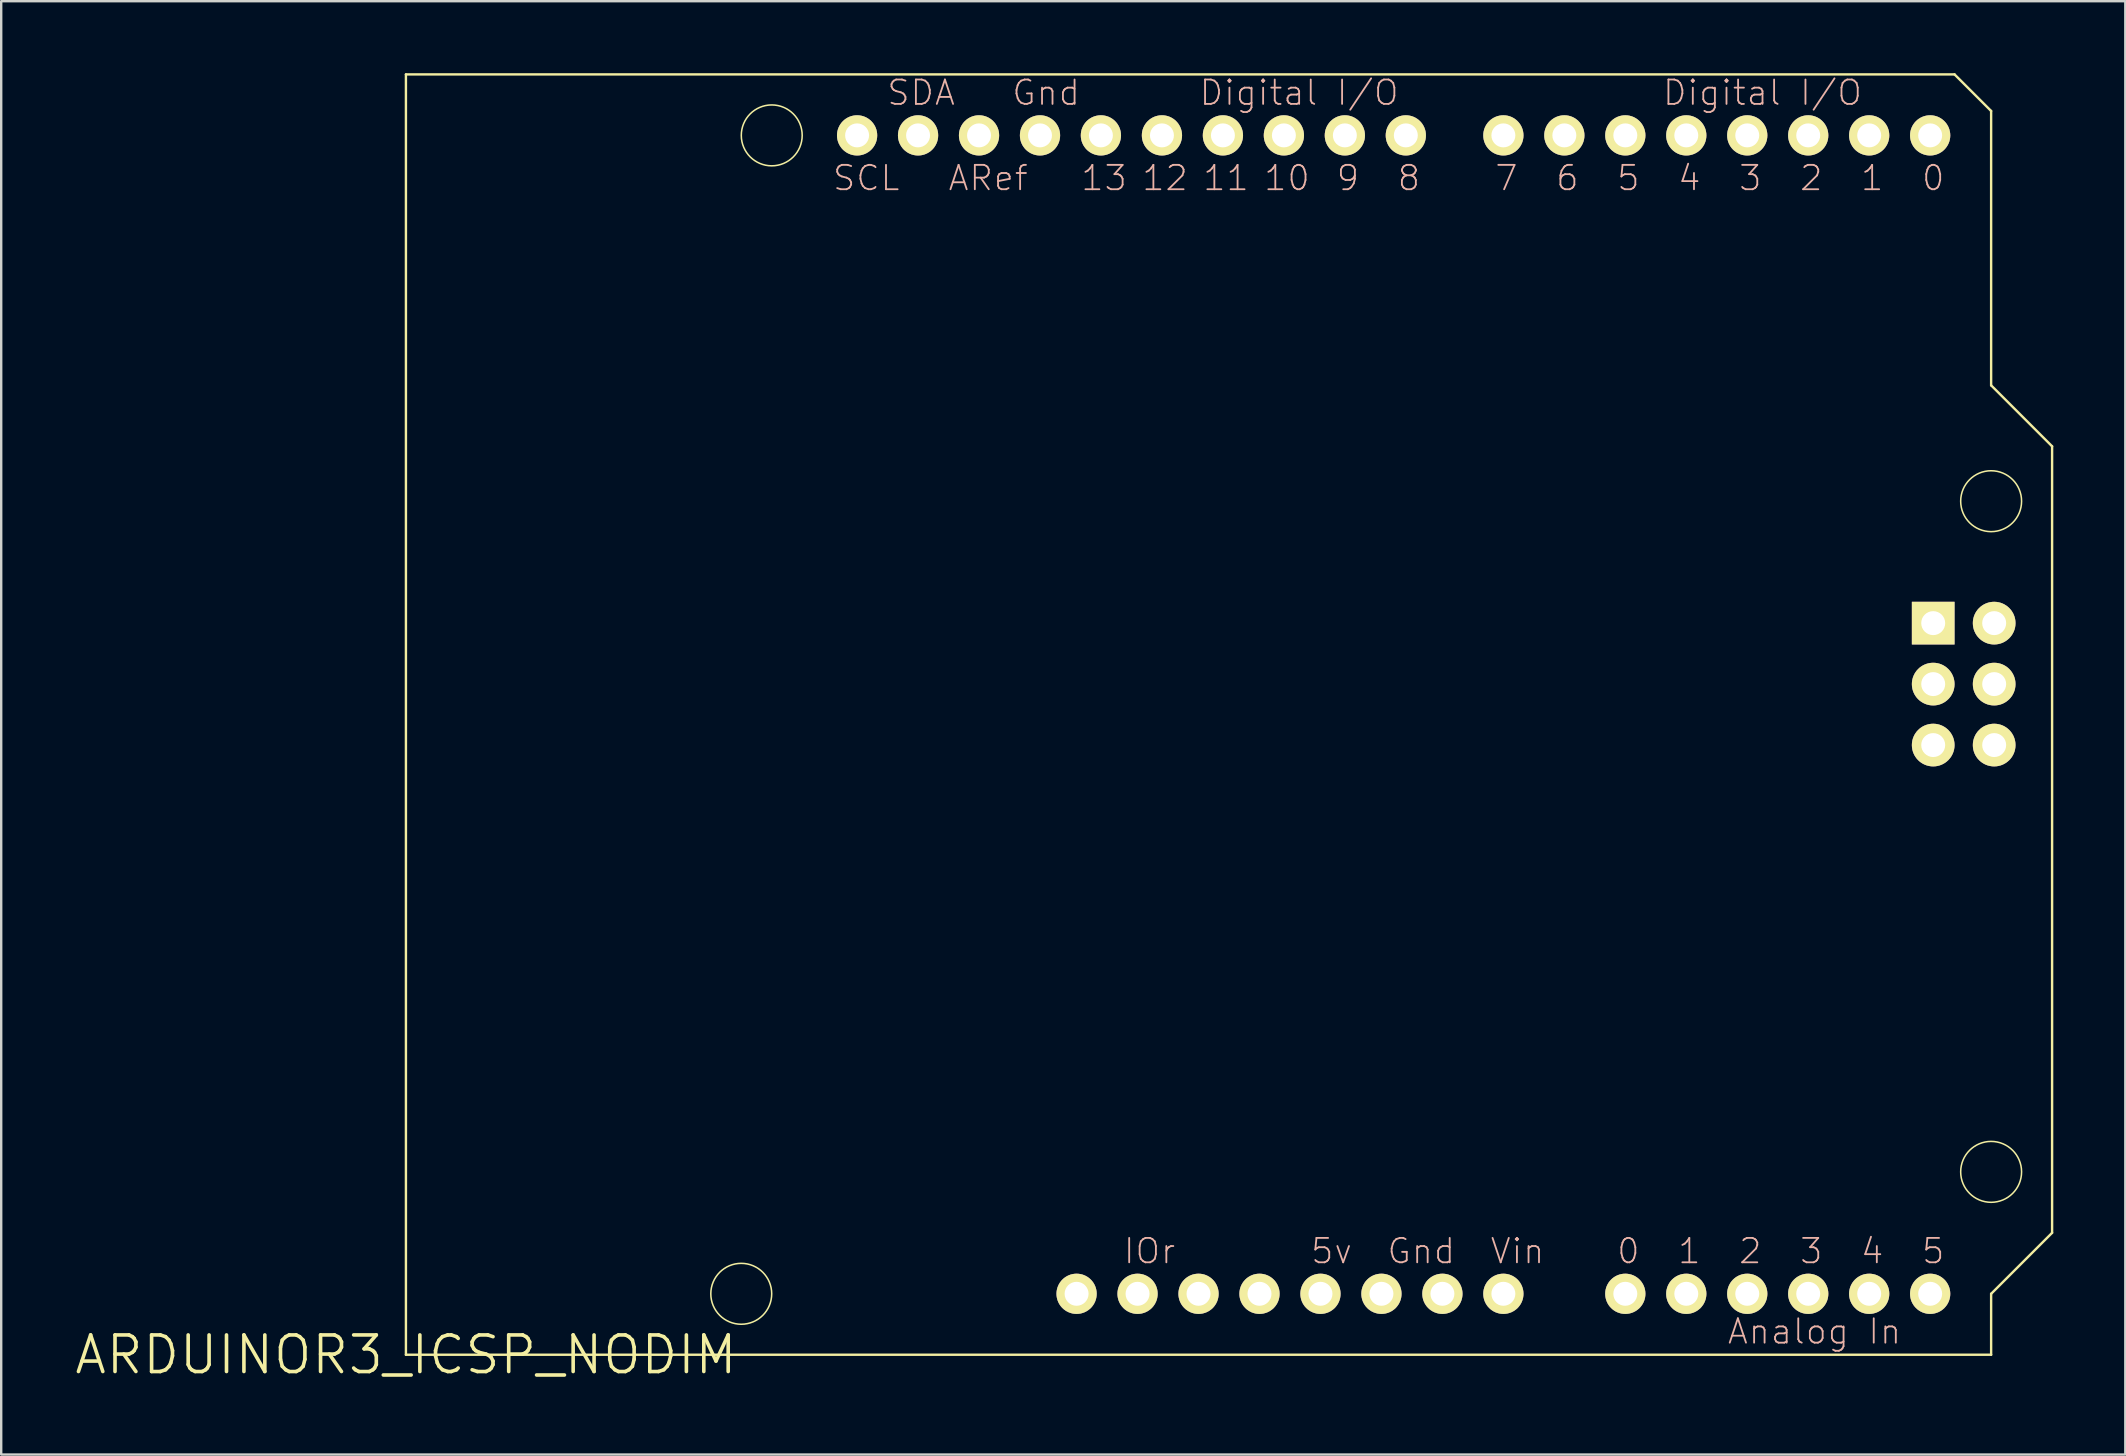
<source format=kicad_pcb>
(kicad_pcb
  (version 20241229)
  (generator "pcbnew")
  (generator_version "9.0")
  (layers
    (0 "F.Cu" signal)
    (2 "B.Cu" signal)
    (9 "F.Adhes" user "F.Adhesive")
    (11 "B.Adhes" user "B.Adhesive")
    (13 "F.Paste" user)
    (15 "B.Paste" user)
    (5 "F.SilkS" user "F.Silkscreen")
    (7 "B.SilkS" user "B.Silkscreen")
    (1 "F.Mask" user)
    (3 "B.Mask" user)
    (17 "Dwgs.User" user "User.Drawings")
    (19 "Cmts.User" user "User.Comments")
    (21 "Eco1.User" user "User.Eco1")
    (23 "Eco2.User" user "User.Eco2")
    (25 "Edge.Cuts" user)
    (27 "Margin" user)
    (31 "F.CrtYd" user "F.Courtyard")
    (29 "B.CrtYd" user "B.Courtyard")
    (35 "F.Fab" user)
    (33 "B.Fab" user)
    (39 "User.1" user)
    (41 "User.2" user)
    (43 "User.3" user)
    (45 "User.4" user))
  (footprint "ARDUINOR3_ICSP_NODIM"
    (layer "F.Cu")
    (at 13.861 53.39)
    (property "Reference" "ARDUINOR3_ICSP_NODIM" (at 0 0 0) (layer "F.SilkS") (effects (font (size 1.524 1.524) (thickness 0.15))))
    (attr exclude_from_pos_files exclude_from_bom)
    (fp_line (start 0 -53.34) (end 0 0) (stroke (width 0.1) (type solid)) (layer "F.SilkS"))
    (fp_line (start 0 0) (end 66.04 0) (stroke (width 0.1) (type solid)) (layer "F.SilkS"))
    (fp_line (start 64.516 -53.34) (end 0 -53.34) (stroke (width 0.1) (type solid)) (layer "F.SilkS"))
    (fp_line (start 66.04 -51.816) (end 64.516 -53.34) (stroke (width 0.1) (type solid)) (layer "F.SilkS"))
    (fp_line (start 66.04 -40.386) (end 66.04 -51.816) (stroke (width 0.1) (type solid)) (layer "F.SilkS"))
    (fp_line (start 66.04 -2.54) (end 68.58 -5.08) (stroke (width 0.1) (type solid)) (layer "F.SilkS"))
    (fp_line (start 66.04 0) (end 66.04 -2.54) (stroke (width 0.1) (type solid)) (layer "F.SilkS"))
    (fp_line (start 68.58 -37.846) (end 66.04 -40.386) (stroke (width 0.1) (type solid)) (layer "F.SilkS"))
    (fp_line (start 68.58 -5.08) (end 68.58 -37.846) (stroke (width 0.1) (type solid)) (layer "F.SilkS"))
    (fp_circle (center 13.97 -2.54) (end 14.867 -3.437) (stroke (width 0.064) (type solid)) (fill no) (layer "F.SilkS"))
    (fp_circle (center 15.24 -50.8) (end 16.137 -51.697) (stroke (width 0.064) (type solid)) (fill no) (layer "F.SilkS"))
    (fp_circle (center 66.04 -35.56) (end 66.937 -36.457) (stroke (width 0.064) (type solid)) (fill no) (layer "F.SilkS"))
    (fp_circle (center 66.04 -7.62) (end 66.937 -8.517) (stroke (width 0.064) (type solid)) (fill no) (layer "F.SilkS"))
    (fp_text user "9" (at 39.243 -49.022 180) (layer "B.SilkS") (effects (font (size 1.016 1.016) (thickness 0.076))))
    (fp_text user "4" (at 53.467 -49.022 180) (layer "B.SilkS") (effects (font (size 1.016 1.016) (thickness 0.076))))
    (fp_text user "0" (at 63.627 -49.022 180) (layer "B.SilkS") (effects (font (size 1.016 1.016) (thickness 0.076))))
    (fp_text user "SCL" (at 19.177 -49.022 0) (layer "B.SilkS") (effects (font (size 1.016 1.016) (thickness 0.076))))
    (fp_text user "ARef" (at 24.257 -49.022 0) (layer "B.SilkS") (effects (font (size 1.016 1.016) (thickness 0.076))))
    (fp_text user "Analog In" (at 58.682 -0.97 0) (layer "B.SilkS") (effects (font (size 1.016 1.016) (thickness 0.076))))
    (fp_text user "7" (at 45.847 -49.022 180) (layer "B.SilkS") (effects (font (size 1.016 1.016) (thickness 0.076))))
    (fp_text user "Gnd" (at 42.299 -4.318 0) (layer "B.SilkS") (effects (font (size 1.016 1.016) (thickness 0.076))))
    (fp_text user "13" (at 29.083 -49.022 180) (layer "B.SilkS") (effects (font (size 1.016 1.016) (thickness 0.076))))
    (fp_text user "1" (at 61.084 -49.022 180) (layer "B.SilkS") (effects (font (size 1.016 1.016) (thickness 0.076))))
    (fp_text user "0" (at 50.927 -4.318 0) (layer "B.SilkS") (effects (font (size 1.016 1.016) (thickness 0.076))))
    (fp_text user "2" (at 58.547 -49.022 180) (layer "B.SilkS") (effects (font (size 1.016 1.016) (thickness 0.076))))
    (fp_text user "12" (at 31.623 -49.022 180) (layer "B.SilkS") (effects (font (size 1.016 1.016) (thickness 0.076))))
    (fp_text user "4" (at 61.084 -4.318 0) (layer "B.SilkS") (effects (font (size 1.016 1.016) (thickness 0.076))))
    (fp_text user "2" (at 56.007 -4.318 0) (layer "B.SilkS") (effects (font (size 1.016 1.016) (thickness 0.076))))
    (fp_text user "6" (at 48.387 -49.022 180) (layer "B.SilkS") (effects (font (size 1.016 1.016) (thickness 0.076))))
    (fp_text user "IOr" (at 30.978 -4.318 0) (layer "B.SilkS") (effects (font (size 1.016 1.016) (thickness 0.076))))
    (fp_text user "5v" (at 38.562 -4.318 0) (layer "B.SilkS") (effects (font (size 1.016 1.016) (thickness 0.076))))
    (fp_text user "Digital I/O" (at 56.515 -52.578 0) (layer "B.SilkS") (effects (font (size 1.016 1.016) (thickness 0.076))))
    (fp_text user "1" (at 53.467 -4.318 0) (layer "B.SilkS") (effects (font (size 1.016 1.016) (thickness 0.076))))
    (fp_text user "11" (at 34.163 -49.022 180) (layer "B.SilkS") (effects (font (size 1.016 1.016) (thickness 0.076))))
    (fp_text user "3" (at 58.547 -4.318 0) (layer "B.SilkS") (effects (font (size 1.016 1.016) (thickness 0.076))))
    (fp_text user "10" (at 36.703 -49.022 180) (layer "B.SilkS") (effects (font (size 1.016 1.016) (thickness 0.076))))
    (fp_text user "Gnd" (at 26.67 -52.578 0) (layer "B.SilkS") (effects (font (size 1.016 1.016) (thickness 0.076))))
    (fp_text user "SDA" (at 21.463 -52.578 0) (layer "B.SilkS") (effects (font (size 1.016 1.016) (thickness 0.076))))
    (fp_text user "5" (at 63.627 -4.318 0) (layer "B.SilkS") (effects (font (size 1.016 1.016) (thickness 0.076))))
    (fp_text user "5" (at 50.927 -49.022 180) (layer "B.SilkS") (effects (font (size 1.016 1.016) (thickness 0.076))))
    (fp_text user "8" (at 41.783 -49.022 180) (layer "B.SilkS") (effects (font (size 1.016 1.016) (thickness 0.076))))
    (fp_text user "Digital I/O" (at 37.211 -52.578 0) (layer "B.SilkS") (effects (font (size 1.016 1.016) (thickness 0.076))))
    (fp_text user "Vin" (at 46.309 -4.318 0) (layer "B.SilkS") (effects (font (size 1.016 1.016) (thickness 0.076))))
    (fp_text user "3" (at 56.007 -49.022 180) (layer "B.SilkS") (effects (font (size 1.016 1.016) (thickness 0.076))))
    (pad "3V" thru_hole circle (at 35.56 -2.54) (size 1.676 1.676) (drill 0.998) (layers "*.Cu" "F.Mask" "F.SilkS" "F.Paste"))
    (pad "5V" thru_hole circle (at 38.1 -2.54) (size 1.676 1.676) (drill 0.998) (layers "*.Cu" "F.Mask" "F.SilkS" "F.Paste"))
    (pad "5V_I" thru_hole circle (at 66.167 -30.48) (size 1.778 1.778) (drill 0.998) (layers "*.Cu" "F.Mask" "F.SilkS" "F.Paste"))
    (pad "A0" thru_hole circle (at 50.8 -2.54) (size 1.676 1.676) (drill 0.998) (layers "*.Cu" "F.Mask" "F.SilkS" "F.Paste"))
    (pad "A1" thru_hole circle (at 53.34 -2.54) (size 1.676 1.676) (drill 0.998) (layers "*.Cu" "F.Mask" "F.SilkS" "F.Paste"))
    (pad "A2" thru_hole circle (at 55.88 -2.54) (size 1.676 1.676) (drill 0.998) (layers "*.Cu" "F.Mask" "F.SilkS" "F.Paste"))
    (pad "A3" thru_hole circle (at 58.42 -2.54) (size 1.676 1.676) (drill 0.998) (layers "*.Cu" "F.Mask" "F.SilkS" "F.Paste"))
    (pad "A4" thru_hole circle (at 60.96 -2.54) (size 1.676 1.676) (drill 0.998) (layers "*.Cu" "F.Mask" "F.SilkS" "F.Paste"))
    (pad "A5" thru_hole circle (at 63.5 -2.54) (size 1.676 1.676) (drill 0.998) (layers "*.Cu" "F.Mask" "F.SilkS" "F.Paste"))
    (pad "AREF" thru_hole circle (at 23.876 -50.8) (size 1.676 1.676) (drill 0.998) (layers "*.Cu" "F.Mask" "F.SilkS" "F.Paste"))
    (pad "D0" thru_hole circle (at 63.5 -50.8) (size 1.676 1.676) (drill 0.998) (layers "*.Cu" "F.Mask" "F.SilkS" "F.Paste"))
    (pad "D1" thru_hole circle (at 60.96 -50.8) (size 1.676 1.676) (drill 0.998) (layers "*.Cu" "F.Mask" "F.SilkS" "F.Paste"))
    (pad "D2" thru_hole circle (at 58.42 -50.8) (size 1.676 1.676) (drill 0.998) (layers "*.Cu" "F.Mask" "F.SilkS" "F.Paste"))
    (pad "D3" thru_hole circle (at 55.88 -50.8) (size 1.676 1.676) (drill 0.998) (layers "*.Cu" "F.Mask" "F.SilkS" "F.Paste"))
    (pad "D4" thru_hole circle (at 53.34 -50.8) (size 1.676 1.676) (drill 0.998) (layers "*.Cu" "F.Mask" "F.SilkS" "F.Paste"))
    (pad "D5" thru_hole circle (at 50.8 -50.8) (size 1.676 1.676) (drill 0.998) (layers "*.Cu" "F.Mask" "F.SilkS" "F.Paste"))
    (pad "D6" thru_hole circle (at 48.26 -50.8) (size 1.676 1.676) (drill 0.998) (layers "*.Cu" "F.Mask" "F.SilkS" "F.Paste"))
    (pad "D7" thru_hole circle (at 45.72 -50.8) (size 1.676 1.676) (drill 0.998) (layers "*.Cu" "F.Mask" "F.SilkS" "F.Paste"))
    (pad "D8" thru_hole circle (at 41.656 -50.8) (size 1.676 1.676) (drill 0.998) (layers "*.Cu" "F.Mask" "F.SilkS" "F.Paste"))
    (pad "D9" thru_hole circle (at 39.116 -50.8) (size 1.676 1.676) (drill 0.998) (layers "*.Cu" "F.Mask" "F.SilkS" "F.Paste"))
    (pad "D10" thru_hole circle (at 36.576 -50.8) (size 1.676 1.676) (drill 0.998) (layers "*.Cu" "F.Mask" "F.SilkS" "F.Paste"))
    (pad "D11" thru_hole circle (at 34.036 -50.8) (size 1.676 1.676) (drill 0.998) (layers "*.Cu" "F.Mask" "F.SilkS" "F.Paste"))
    (pad "D12" thru_hole circle (at 31.496 -50.8) (size 1.676 1.676) (drill 0.998) (layers "*.Cu" "F.Mask" "F.SilkS" "F.Paste"))
    (pad "D13" thru_hole circle (at 28.953 -50.8) (size 1.676 1.676) (drill 0.998) (layers "*.Cu" "F.Mask" "F.SilkS" "F.Paste"))
    (pad "GND" thru_hole circle (at 26.416 -50.8) (size 1.676 1.676) (drill 0.998) (layers "*.Cu" "F.Mask" "F.SilkS" "F.Paste"))
    (pad "GND@" thru_hole circle (at 40.64 -2.54) (size 1.676 1.676) (drill 0.998) (layers "*.Cu" "F.Mask" "F.SilkS" "F.Paste"))
    (pad "GND@" thru_hole circle (at 43.18 -2.54) (size 1.676 1.676) (drill 0.998) (layers "*.Cu" "F.Mask" "F.SilkS" "F.Paste"))
    (pad "GND@" thru_hole circle (at 66.167 -25.4) (size 1.778 1.778) (drill 0.998) (layers "*.Cu" "F.Mask" "F.SilkS" "F.Paste"))
    (pad "IORE" thru_hole circle (at 30.48 -2.54) (size 1.676 1.676) (drill 0.998) (layers "*.Cu" "F.Mask" "F.SilkS" "F.Paste"))
    (pad "MISO" thru_hole rect (at 63.627 -30.48) (size 1.778 1.778) (drill 0.998) (layers "*.Cu" "F.Mask" "F.SilkS" "F.Paste"))
    (pad "MOSI" thru_hole circle (at 66.167 -27.94) (size 1.778 1.778) (drill 0.998) (layers "*.Cu" "F.Mask" "F.SilkS" "F.Paste"))
    (pad "RESE" thru_hole circle (at 27.94 -2.54) (size 1.676 1.676) (drill 0.998) (layers "*.Cu" "F.Mask" "F.SilkS" "F.Paste"))
    (pad "RESE" thru_hole circle (at 33.02 -2.54) (size 1.676 1.676) (drill 0.998) (layers "*.Cu" "F.Mask" "F.SilkS" "F.Paste"))
    (pad "RESE" thru_hole circle (at 63.627 -25.4) (size 1.778 1.778) (drill 0.998) (layers "*.Cu" "F.Mask" "F.SilkS" "F.Paste"))
    (pad "SCK" thru_hole circle (at 63.627 -27.94) (size 1.778 1.778) (drill 0.998) (layers "*.Cu" "F.Mask" "F.SilkS" "F.Paste"))
    (pad "SCL" thru_hole circle (at 18.796 -50.8) (size 1.676 1.676) (drill 0.998) (layers "*.Cu" "F.Mask" "F.SilkS" "F.Paste"))
    (pad "SDA" thru_hole circle (at 21.336 -50.8) (size 1.676 1.676) (drill 0.998) (layers "*.Cu" "F.Mask" "F.SilkS" "F.Paste"))
    (pad "VIN" thru_hole circle (at 45.72 -2.54) (size 1.676 1.676) (drill 0.998) (layers "*.Cu" "F.Mask" "F.SilkS" "F.Paste")))
  (gr_rect
    (start -3 -3)
    (end 85.491 57.545)
    (stroke (width 0.1) (type default))
    (fill no)
    (layer "Edge.Cuts")))
</source>
